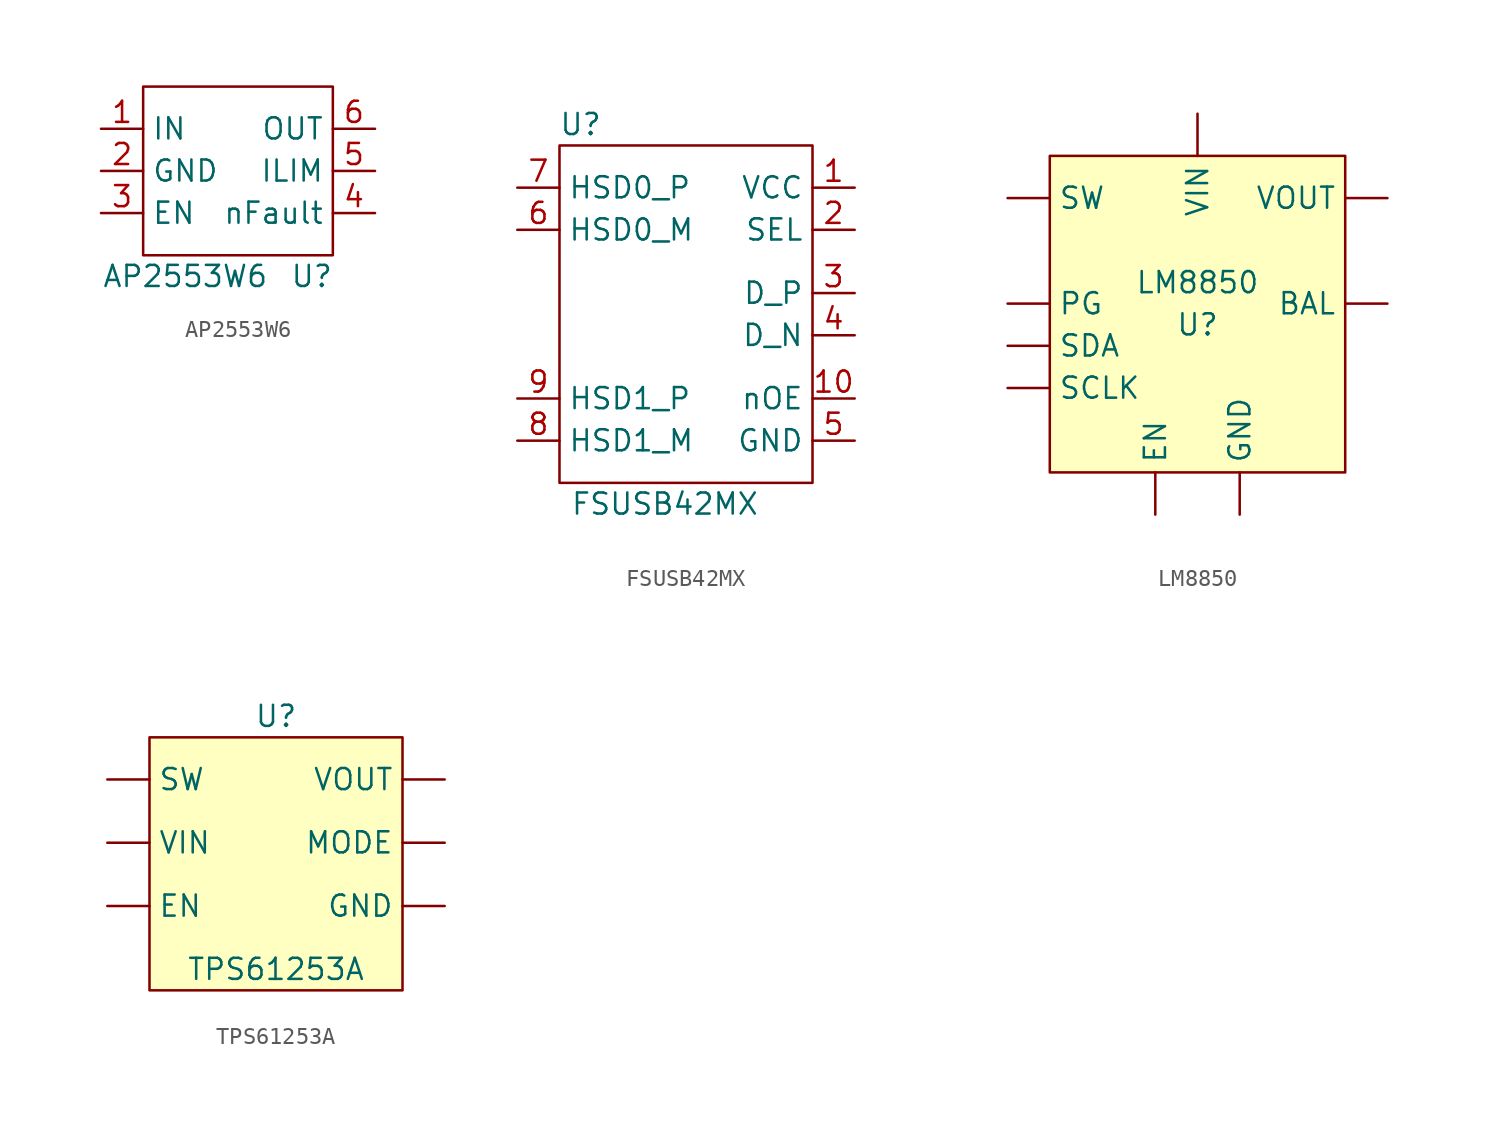
<source format=kicad_sym>
(kicad_symbol_lib
  (version 20210619)
  (generator kicad_symbol_editor)
  (symbol "CM4IO:AP2553W6"
    (property "Reference" "U"
      (at 3.81 -6.35 0)
      (effects (font (size 1.27 1.27))))
    (property "Value" "AP2553W6"
      (at -3.81 -6.35 0)
      (effects (font (size 1.27 1.27))))
    (symbol "AP2553W6_0_0"
      (pin power_in line (at -8.89 2.54 0) (length 2.54) (name "IN" (effects (font (size 1.27 1.27)))) (number "1" (effects (font (size 1.27 1.27)))))
      (pin power_out line (at -8.89 0 0) (length 2.54) (name "GND" (effects (font (size 1.27 1.27)))) (number "2" (effects (font (size 1.27 1.27)))))
      (pin input line (at -8.89 -2.54 0) (length 2.54) (name "EN" (effects (font (size 1.27 1.27)))) (number "3" (effects (font (size 1.27 1.27)))))
      (pin open_collector line (at 7.62 -2.54 180) (length 2.54) (name "nFault" (effects (font (size 1.27 1.27)))) (number "4" (effects (font (size 1.27 1.27)))))
      (pin passive line (at 7.62 0 180) (length 2.54) (name "ILIM" (effects (font (size 1.27 1.27)))) (number "5" (effects (font (size 1.27 1.27)))))
      (pin power_out line (at 7.62 2.54 180) (length 2.54) (name "OUT" (effects (font (size 1.27 1.27)))) (number "6" (effects (font (size 1.27 1.27))))))
    (symbol "AP2553W6_0_1"
      (rectangle (start -6.35 5.08) (end 5.08 -5.08) (stroke (width 0)) (fill (type none)))))
  (symbol "CM4IO:FSUSB42MX"
    (property "Reference" "U"
      (at -7.62 20.32 0)
      (effects (font (size 1.27 1.27))))
    (property "Value" "FSUSB42MX"
      (at -2.54 -2.54 0)
      (effects (font (size 1.27 1.27))))
    (symbol "FSUSB42MX_0_0"
      (pin power_in line (at 8.89 16.51 180) (length 2.54) (name "VCC" (effects (font (size 1.27 1.27)))) (number "1" (effects (font (size 1.27 1.27)))))
      (pin input line (at 8.89 3.81 180) (length 2.54) (name "nOE" (effects (font (size 1.27 1.27)))) (number "10" (effects (font (size 1.27 1.27)))))
      (pin input line (at 8.89 13.97 180) (length 2.54) (name "SEL" (effects (font (size 1.27 1.27)))) (number "2" (effects (font (size 1.27 1.27)))))
      (pin bidirectional line (at 8.89 10.16 180) (length 2.54) (name "D_P" (effects (font (size 1.27 1.27)))) (number "3" (effects (font (size 1.27 1.27)))))
      (pin bidirectional line (at 8.89 7.62 180) (length 2.54) (name "D_N" (effects (font (size 1.27 1.27)))) (number "4" (effects (font (size 1.27 1.27)))))
      (pin power_in line (at 8.89 1.27 180) (length 2.54) (name "GND" (effects (font (size 1.27 1.27)))) (number "5" (effects (font (size 1.27 1.27)))))
      (pin bidirectional line (at -11.43 13.97 0) (length 2.54) (name "HSD0_M" (effects (font (size 1.27 1.27)))) (number "6" (effects (font (size 1.27 1.27)))))
      (pin bidirectional line (at -11.43 16.51 0) (length 2.54) (name "HSD0_P" (effects (font (size 1.27 1.27)))) (number "7" (effects (font (size 1.27 1.27)))))
      (pin bidirectional line (at -11.43 1.27 0) (length 2.54) (name "HSD1_M" (effects (font (size 1.27 1.27)))) (number "8" (effects (font (size 1.27 1.27)))))
      (pin bidirectional line (at -11.43 3.81 0) (length 2.54) (name "HSD1_P" (effects (font (size 1.27 1.27)))) (number "9" (effects (font (size 1.27 1.27))))))
    (symbol "FSUSB42MX_0_1"
      (rectangle (start -8.89 19.05) (end 6.35 -1.27) (stroke (width 0)) (fill (type none)))))
  (symbol "CM4IO:LM8850"
    (property "Reference" "U"
      (at 0 -1.27 0)
      (effects (font (size 1.27 1.27))))
    (property "Value" "LM8850"
      (at 0 1.27 0)
      (effects (font (size 1.27 1.27))))
    (symbol "LM8850_0_1"
      (rectangle (start -8.89 8.89) (end 8.89 -10.16) (stroke (width 0.152)) (fill (type background))))
    (symbol "LM8850_1_1"
      (pin input line (at 11.43 0 180) (length 2.54) (name "BAL" (effects (font (size 1.27 1.27)))) (number "" (effects (font (size 1.27 1.27)))))
      (pin input line (at -2.54 -12.7 90) (length 2.54) (name "EN" (effects (font (size 1.27 1.27)))) (number "" (effects (font (size 1.27 1.27)))))
      (pin input line (at 2.54 -12.7 90) (length 2.54) (name "GND" (effects (font (size 1.27 1.27)))) (number "" (effects (font (size 1.27 1.27)))))
      (pin bidirectional line (at -11.43 0 0) (length 2.54) (name "PG" (effects (font (size 1.27 1.27)))) (number "" (effects (font (size 1.27 1.27)))))
      (pin input line (at -11.43 -5.08 0) (length 2.54) (name "SCLK" (effects (font (size 1.27 1.27)))) (number "" (effects (font (size 1.27 1.27)))))
      (pin bidirectional line (at -11.43 -2.54 0) (length 2.54) (name "SDA" (effects (font (size 1.27 1.27)))) (number "" (effects (font (size 1.27 1.27)))))
      (pin bidirectional line (at -11.43 6.35 0) (length 2.54) (name "SW" (effects (font (size 1.27 1.27)))) (number "" (effects (font (size 1.27 1.27)))))
      (pin input line (at 0 11.43 270) (length 2.54) (name "VIN" (effects (font (size 1.27 1.27)))) (number "" (effects (font (size 1.27 1.27)))))
      (pin output line (at 11.43 6.35 180) (length 2.54) (name "VOUT" (effects (font (size 1.27 1.27)))) (number "" (effects (font (size 1.27 1.27)))))))
  (symbol "CM4IO:TPS61253A"
    (property "Reference" "U"
      (at 0 11.43 0)
      (effects (font (size 1.27 1.27))))
    (property "Value" "TPS61253A"
      (at 0 -3.81 0)
      (effects (font (size 1.27 1.27))))
    (symbol "TPS61253A_0_1"
      (rectangle (start -7.62 10.16) (end 7.62 -5.08) (stroke (width 0.152)) (fill (type background))))
    (symbol "TPS61253A_1_1"
      (pin bidirectional line (at -10.16 0 0) (length 2.54) (name "EN" (effects (font (size 1.27 1.27)))) (number "" (effects (font (size 1.27 1.27)))))
      (pin bidirectional line (at 10.16 0 180) (length 2.54) (name "GND" (effects (font (size 1.27 1.27)))) (number "" (effects (font (size 1.27 1.27)))))
      (pin bidirectional line (at 10.16 3.81 180) (length 2.54) (name "MODE" (effects (font (size 1.27 1.27)))) (number "" (effects (font (size 1.27 1.27)))))
      (pin bidirectional line (at -10.16 7.62 0) (length 2.54) (name "SW" (effects (font (size 1.27 1.27)))) (number "" (effects (font (size 1.27 1.27)))))
      (pin bidirectional line (at -10.16 3.81 0) (length 2.54) (name "VIN" (effects (font (size 1.27 1.27)))) (number "" (effects (font (size 1.27 1.27)))))
      (pin bidirectional line (at 10.16 7.62 180) (length 2.54) (name "VOUT" (effects (font (size 1.27 1.27)))) (number "" (effects (font (size 1.27 1.27))))))))
</source>
